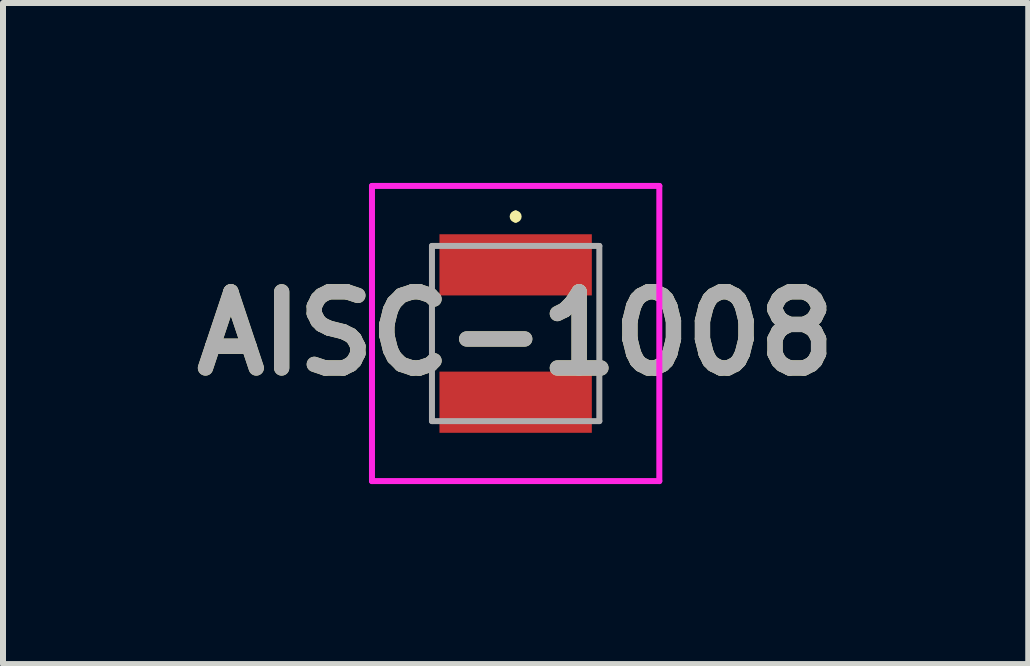
<source format=kicad_pcb>
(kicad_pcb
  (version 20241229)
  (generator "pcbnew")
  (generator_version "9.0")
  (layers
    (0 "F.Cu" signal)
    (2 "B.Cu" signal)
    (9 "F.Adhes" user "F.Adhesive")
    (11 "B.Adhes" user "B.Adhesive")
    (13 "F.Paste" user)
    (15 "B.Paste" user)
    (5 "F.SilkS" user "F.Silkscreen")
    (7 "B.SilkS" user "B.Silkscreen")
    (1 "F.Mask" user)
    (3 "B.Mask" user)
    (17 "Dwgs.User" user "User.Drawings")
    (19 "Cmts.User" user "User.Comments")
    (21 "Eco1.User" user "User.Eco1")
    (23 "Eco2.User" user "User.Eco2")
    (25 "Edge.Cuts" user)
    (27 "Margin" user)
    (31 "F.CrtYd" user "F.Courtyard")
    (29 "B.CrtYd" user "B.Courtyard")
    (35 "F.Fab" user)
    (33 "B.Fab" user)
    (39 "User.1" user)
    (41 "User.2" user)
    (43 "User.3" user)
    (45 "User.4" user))
  (footprint "AISC-1008"
    (layer "F.Cu")
    (at 5.546 2.51)
    (property "Reference" "AISC-1008" (at 0 0 0) (layer "F.SilkS") (effects (font (size 1.27 1.27) (thickness 0.254))))
    (attr smd)
    (fp_line (start 0 -2) (end 0 -2) (stroke (width 0.1) (type solid)) (layer "F.SilkS"))
    (fp_line (start 0 -1.9) (end 0 -1.9) (stroke (width 0.1) (type solid)) (layer "F.SilkS"))
    (fp_arc (start 0 -2) (mid 0.05 -1.95) (end 0 -1.9) (stroke (width 0.1) (type solid)) (layer "F.SilkS"))
    (fp_arc (start 0 -1.9) (mid -0.05 -1.95) (end 0 -2) (stroke (width 0.1) (type solid)) (layer "F.SilkS"))
    (fp_line (start -2.395 -2.46) (end 2.395 -2.46) (stroke (width 0.1) (type solid)) (layer "F.CrtYd"))
    (fp_line (start -2.395 2.46) (end -2.395 -2.46) (stroke (width 0.1) (type solid)) (layer "F.CrtYd"))
    (fp_line (start 2.395 -2.46) (end 2.395 2.46) (stroke (width 0.1) (type solid)) (layer "F.CrtYd"))
    (fp_line (start 2.395 2.46) (end -2.395 2.46) (stroke (width 0.1) (type solid)) (layer "F.CrtYd"))
    (fp_line (start -1.395 -1.46) (end 1.395 -1.46) (stroke (width 0.1) (type solid)) (layer "F.Fab"))
    (fp_line (start -1.395 1.46) (end -1.395 -1.46) (stroke (width 0.1) (type solid)) (layer "F.Fab"))
    (fp_line (start 1.395 -1.46) (end 1.395 1.46) (stroke (width 0.1) (type solid)) (layer "F.Fab"))
    (fp_line (start 1.395 1.46) (end -1.395 1.46) (stroke (width 0.1) (type solid)) (layer "F.Fab"))
    (fp_text user "${REFERENCE}" (at 0 0 0) (layer "F.Fab") (effects (font (size 1.27 1.27) (thickness 0.254))))
    (pad "1" smd rect (at 0 -1.145 90) (size 1.02 2.54) (layers "F.Cu" "F.Mask" "F.Paste"))
    (pad "2" smd rect (at 0 1.145 90) (size 1.02 2.54) (layers "F.Cu" "F.Mask" "F.Paste")))
  (gr_rect
    (start -3 -3)
    (end 14.091 8.02)
    (stroke (width 0.1) (type default))
    (fill no)
    (layer "Edge.Cuts")))
</source>
